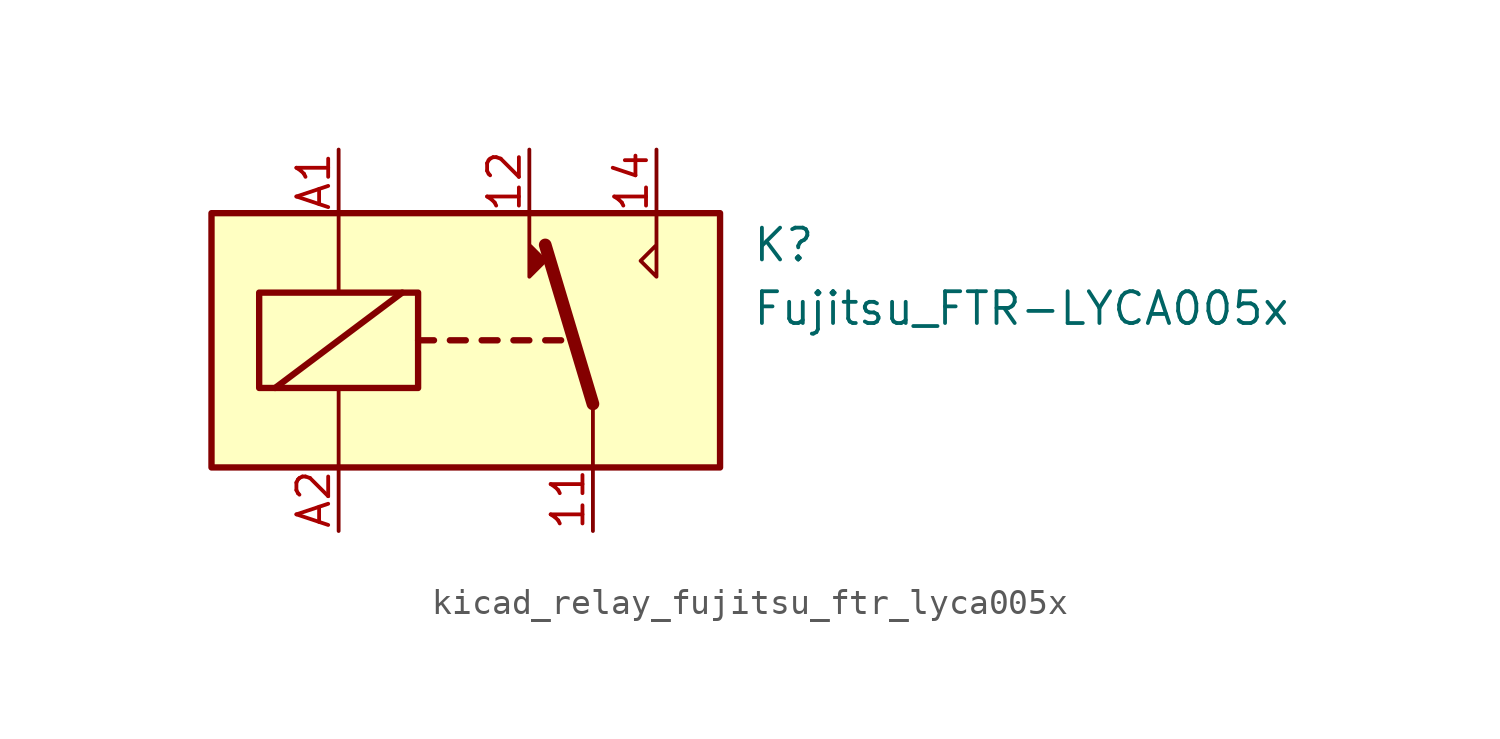
<source format=kicad_sym>
(kicad_symbol_lib
  (version 20220914)
  (generator kicad_symbol_editor)
  (symbol "kicad_relay_fujitsu_ftr_lyca005x"
    (property "Reference" "K"
      (at 11.43 3.81 0)
      (effects (font (size 1.27 1.27)) (justify left)))
    (property "Value" "Fujitsu_FTR-LYCA005x"
      (at 11.43 1.27 0)
      (effects (font (size 1.27 1.27)) (justify left)))
    (symbol "kicad_relay_fujitsu_ftr_lyca005x_0_0"
      (polyline (pts (xy 7.62 5.08) (xy 7.62 2.54) (xy 6.985 3.175) (xy 7.62 3.81)) (stroke (width 0) (type default)) (fill (type none))))
    (symbol "kicad_relay_fujitsu_ftr_lyca005x_0_1"
      (rectangle (start -10.16 5.08) (end 10.16 -5.08) (stroke (width 0.254) (type default)) (fill (type background)))
      (rectangle (start -8.255 1.905) (end -1.905 -1.905) (stroke (width 0.254) (type default)) (fill (type none)))
      (polyline (pts (xy -7.62 -1.905) (xy -2.54 1.905)) (stroke (width 0.254) (type default)) (fill (type none)))
      (polyline (pts (xy -5.08 -5.08) (xy -5.08 -1.905)) (stroke (width 0) (type default)) (fill (type none)))
      (polyline (pts (xy -5.08 5.08) (xy -5.08 1.905)) (stroke (width 0) (type default)) (fill (type none)))
      (polyline (pts (xy -1.905 0) (xy -1.27 0)) (stroke (width 0.254) (type default)) (fill (type none)))
      (polyline (pts (xy -0.635 0) (xy 0 0)) (stroke (width 0.254) (type default)) (fill (type none)))
      (polyline (pts (xy 0.635 0) (xy 1.27 0)) (stroke (width 0.254) (type default)) (fill (type none)))
      (polyline (pts (xy 1.905 0) (xy 2.54 0)) (stroke (width 0.254) (type default)) (fill (type none)))
      (polyline (pts (xy 3.175 0) (xy 3.81 0)) (stroke (width 0.254) (type default)) (fill (type none)))
      (polyline (pts (xy 5.08 -2.54) (xy 3.175 3.81)) (stroke (width 0.508) (type default)) (fill (type none)))
      (polyline (pts (xy 5.08 -2.54) (xy 5.08 -5.08)) (stroke (width 0) (type default)) (fill (type none)))
      (polyline (pts (xy 2.54 5.08) (xy 2.54 2.54) (xy 3.175 3.175) (xy 2.54 3.81)) (stroke (width 0) (type default)) (fill (type outline))))
    (symbol "kicad_relay_fujitsu_ftr_lyca005x_1_1"
      (pin passive line (at 5.08 -7.62 90) (length 2.54) (name "~" (effects (font (size 1.27 1.27)))) (number "11" (effects (font (size 1.27 1.27)))))
      (pin passive line (at 2.54 7.62 270) (length 2.54) (name "~" (effects (font (size 1.27 1.27)))) (number "12" (effects (font (size 1.27 1.27)))))
      (pin passive line (at 7.62 7.62 270) (length 2.54) (name "~" (effects (font (size 1.27 1.27)))) (number "14" (effects (font (size 1.27 1.27)))))
      (pin passive line (at -5.08 7.62 270) (length 2.54) (name "~" (effects (font (size 1.27 1.27)))) (number "A1" (effects (font (size 1.27 1.27)))))
      (pin passive line (at -5.08 -7.62 90) (length 2.54) (name "~" (effects (font (size 1.27 1.27)))) (number "A2" (effects (font (size 1.27 1.27))))))))
</source>
